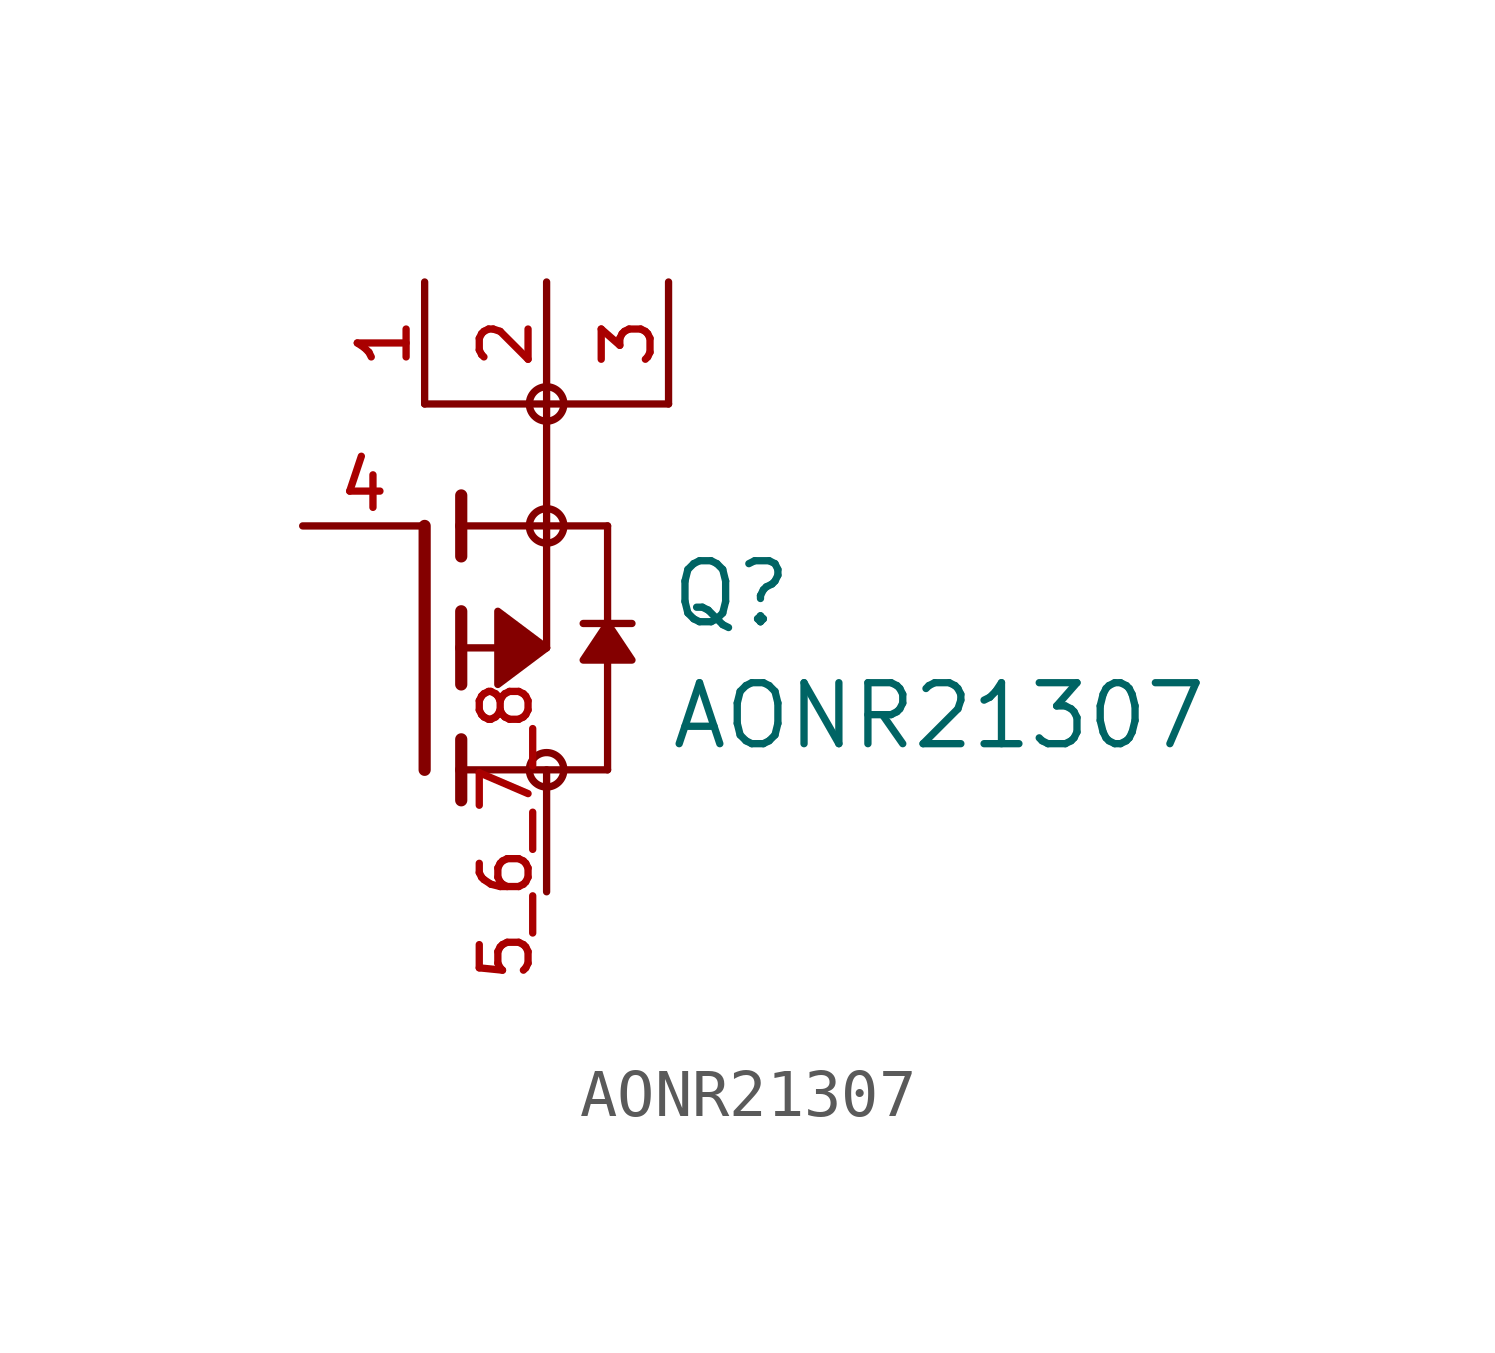
<source format=kicad_sym>
(kicad_symbol_lib
  (version 20241209)
  (generator "kicad_symbol_editor")
  (generator_version "9.0")
  (symbol "AONR21307"
    (pin_names
      (offset 1.016))
    (property "Reference" "Q"
      (at 5.08 0.381 0)
      (effects (font (size 1.27 1.27)) (justify left bottom)))
    (property "Value" "AONR21307"
      (at 5.08 -2.159 0)
      (effects (font (size 1.27 1.27)) (justify left bottom)))
    (symbol "AONR21307_0_0"
      (polyline (pts (xy 0 5.08) (xy 2.54 5.08)) (stroke (width 0.152) (type default)) (fill (type none)))
      (polyline (pts (xy 0 -2.54) (xy 0 2.54)) (stroke (width 0.254) (type default)) (fill (type none)))
      (polyline (pts (xy 0.762 2.54) (xy 0.762 3.175)) (stroke (width 0.254) (type default)) (fill (type none)))
      (polyline (pts (xy 0.762 1.905) (xy 0.762 2.54)) (stroke (width 0.254) (type default)) (fill (type none)))
      (polyline (pts (xy 0.762 0) (xy 0.762 0.762)) (stroke (width 0.254) (type default)) (fill (type none)))
      (polyline (pts (xy 0.762 0) (xy 2.54 0)) (stroke (width 0.152) (type default)) (fill (type none)))
      (polyline (pts (xy 0.762 -0.762) (xy 0.762 0)) (stroke (width 0.254) (type default)) (fill (type none)))
      (polyline (pts (xy 0.762 -2.54) (xy 0.762 -1.905)) (stroke (width 0.254) (type default)) (fill (type none)))
      (polyline (pts (xy 0.762 -2.54) (xy 3.81 -2.54)) (stroke (width 0.152) (type default)) (fill (type none)))
      (polyline (pts (xy 0.762 -3.175) (xy 0.762 -2.54)) (stroke (width 0.254) (type default)) (fill (type none)))
      (polyline (pts (xy 2.54 5.08) (xy 2.54 2.54)) (stroke (width 0.152) (type default)) (fill (type none)))
      (polyline (pts (xy 2.54 5.08) (xy 5.08 5.08)) (stroke (width 0.152) (type default)) (fill (type none)))
      (circle (center 2.54 5.08) (radius 0.359) (stroke (width 0) (type default)) (fill (type none)))
      (polyline (pts (xy 2.54 2.54) (xy 0.762 2.54)) (stroke (width 0.152) (type default)) (fill (type none)))
      (polyline (pts (xy 2.54 2.54) (xy 3.81 2.54)) (stroke (width 0.152) (type default)) (fill (type none)))
      (circle (center 2.54 2.54) (radius 0.359) (stroke (width 0) (type default)) (fill (type none)))
      (polyline (pts (xy 2.54 0) (xy 2.54 2.54)) (stroke (width 0.152) (type default)) (fill (type none)))
      (polyline (pts (xy 2.54 0) (xy 1.524 0.762) (xy 1.524 -0.762) (xy 2.54 0)) (stroke (width 0.152) (type default)) (fill (type outline)))
      (circle (center 2.54 -2.54) (radius 0.359) (stroke (width 0) (type default)) (fill (type none)))
      (polyline (pts (xy 3.302 0.508) (xy 3.81 0.508)) (stroke (width 0.152) (type default)) (fill (type none)))
      (polyline (pts (xy 3.81 0.508) (xy 3.81 2.54)) (stroke (width 0.152) (type default)) (fill (type none)))
      (polyline (pts (xy 3.81 0.508) (xy 4.318 0.508)) (stroke (width 0.152) (type default)) (fill (type none)))
      (polyline (pts (xy 3.81 0.508) (xy 4.318 -0.254) (xy 3.302 -0.254) (xy 3.81 0.508)) (stroke (width 0.152) (type default)) (fill (type outline)))
      (polyline (pts (xy 3.81 -2.54) (xy 3.81 0.508)) (stroke (width 0.152) (type default)) (fill (type none)))
      (pin passive line (at -2.54 2.54 0) (length 2.54) (name "~" (effects (font (size 1.016 1.016)))) (number "4" (effects (font (size 1.016 1.016)))))
      (pin passive line (at 0 7.62 270) (length 2.54) (name "~" (effects (font (size 1.016 1.016)))) (number "1" (effects (font (size 1.016 1.016)))))
      (pin passive line (at 2.54 7.62 270) (length 2.54) (name "~" (effects (font (size 1.016 1.016)))) (number "2" (effects (font (size 1.016 1.016)))))
      (pin passive line (at 2.54 -5.08 90) (length 2.54) (name "~" (effects (font (size 1.016 1.016)))) (number "5_6_7_8" (effects (font (size 1.016 1.016)))))
      (pin passive line (at 5.08 7.62 270) (length 2.54) (name "~" (effects (font (size 1.016 1.016)))) (number "3" (effects (font (size 1.016 1.016))))))))
</source>
